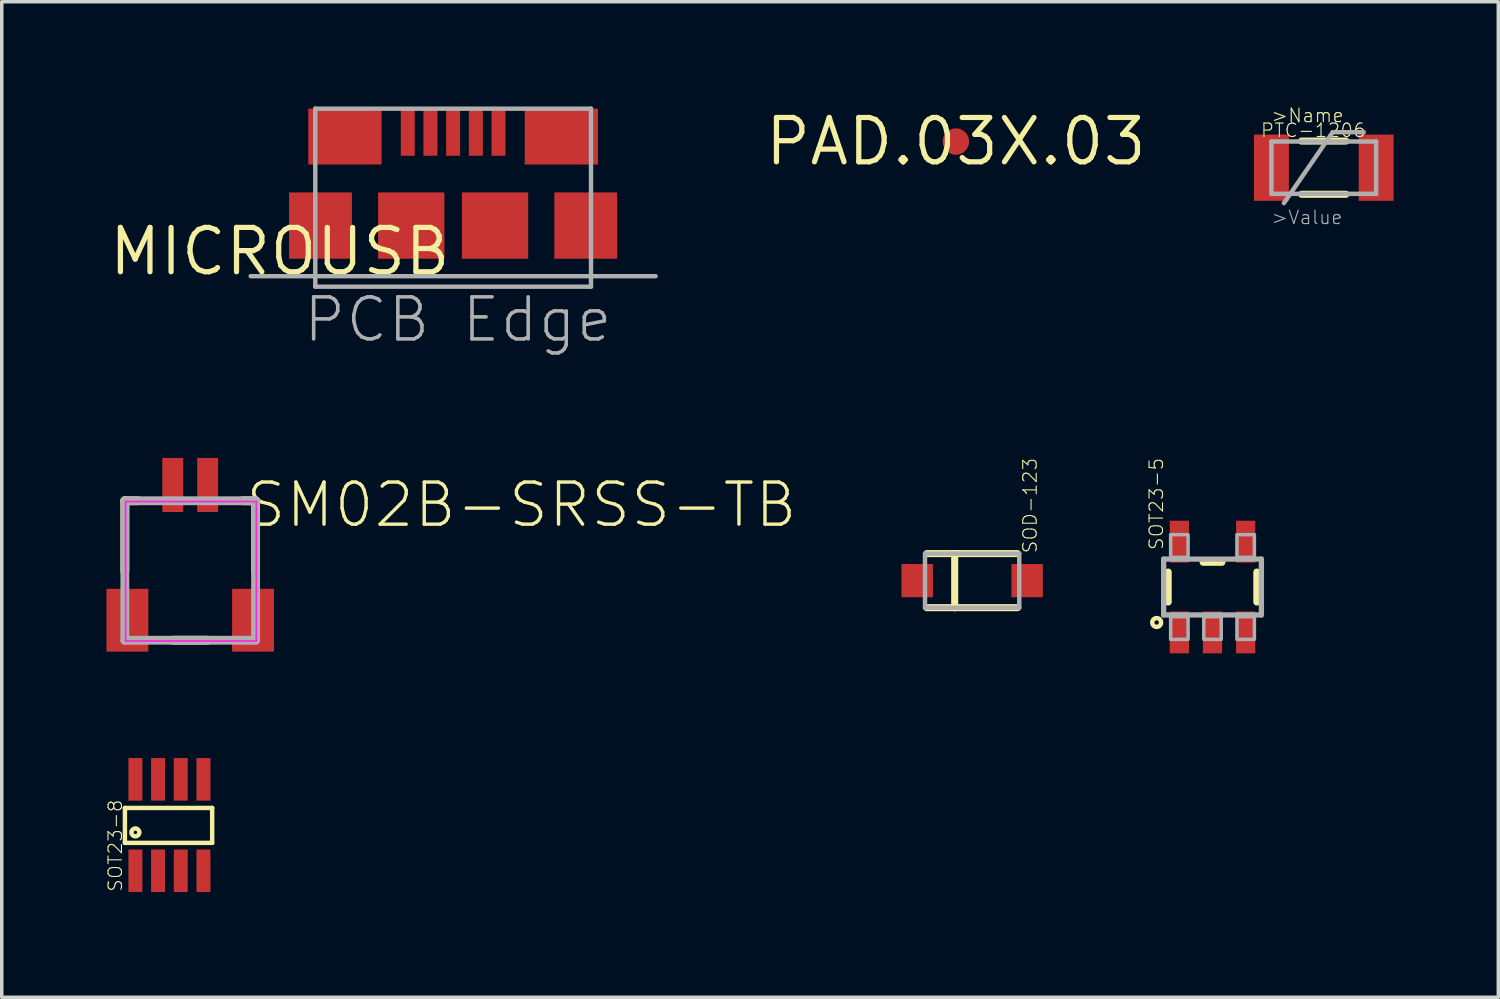
<source format=kicad_pcb>
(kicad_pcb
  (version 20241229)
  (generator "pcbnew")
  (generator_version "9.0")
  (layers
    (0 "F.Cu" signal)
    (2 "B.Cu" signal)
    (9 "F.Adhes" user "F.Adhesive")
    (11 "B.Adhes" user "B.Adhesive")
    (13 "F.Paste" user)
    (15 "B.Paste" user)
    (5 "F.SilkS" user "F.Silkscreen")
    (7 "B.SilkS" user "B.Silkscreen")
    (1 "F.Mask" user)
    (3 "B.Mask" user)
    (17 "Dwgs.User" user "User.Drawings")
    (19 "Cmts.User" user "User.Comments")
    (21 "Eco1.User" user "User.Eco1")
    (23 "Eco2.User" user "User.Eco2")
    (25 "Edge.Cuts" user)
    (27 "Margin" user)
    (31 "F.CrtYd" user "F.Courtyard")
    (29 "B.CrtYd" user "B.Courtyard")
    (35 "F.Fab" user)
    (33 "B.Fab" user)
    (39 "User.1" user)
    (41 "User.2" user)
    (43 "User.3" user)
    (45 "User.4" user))
  (footprint "SOT23-5"
    (layer "F.Cu")
    (at 31.69 13.769)
    (property "Reference" "SOT23-5" (at -1.384 -1.036 90) (layer "F.SilkS") (effects (font (size 0.386 0.386) (thickness 0.031)) (justify left bottom)))
    (attr through_hole)
    (fp_line (start -1.27 0.429) (end -1.27 -0.429) (stroke (width 0.203) (type solid)) (layer "F.SilkS"))
    (fp_line (start -0.268 -0.709) (end 0.268 -0.709) (stroke (width 0.203) (type solid)) (layer "F.SilkS"))
    (fp_line (start 1.27 -0.429) (end 1.27 0.429) (stroke (width 0.203) (type solid)) (layer "F.SilkS"))
    (fp_circle (center -1.6 1.016) (end -1.537 1.016) (stroke (width 0.127) (type solid)) (fill no) (layer "F.SilkS"))
    (fp_line (start -1.4 -0.8) (end -1.4 0.8) (stroke (width 0.152) (type solid)) (layer "F.Fab"))
    (fp_line (start -1.4 -0.8) (end 1.4 -0.8) (stroke (width 0.152) (type solid)) (layer "F.Fab"))
    (fp_line (start 1.4 -0.8) (end 1.4 0.8) (stroke (width 0.152) (type solid)) (layer "F.Fab"))
    (fp_line (start 1.4 0.8) (end -1.4 0.8) (stroke (width 0.152) (type solid)) (layer "F.Fab"))
    (fp_poly (pts (xy -1.2 -0.85) (xy -0.7 -0.85) (xy -0.7 -1.5) (xy -1.2 -1.5)) (stroke (width 0.1) (type solid)) (fill no) (layer "F.Fab"))
    (fp_poly (pts (xy -1.2 1.5) (xy -0.7 1.5) (xy -0.7 0.85) (xy -1.2 0.85)) (stroke (width 0.1) (type solid)) (fill no) (layer "F.Fab"))
    (fp_poly (pts (xy -0.25 1.5) (xy 0.25 1.5) (xy 0.25 0.85) (xy -0.25 0.85)) (stroke (width 0.1) (type solid)) (fill no) (layer "F.Fab"))
    (fp_poly (pts (xy 0.7 -0.85) (xy 1.2 -0.85) (xy 1.2 -1.5) (xy 0.7 -1.5)) (stroke (width 0.1) (type solid)) (fill no) (layer "F.Fab"))
    (fp_poly (pts (xy 0.7 1.5) (xy 1.2 1.5) (xy 1.2 0.85) (xy 0.7 0.85)) (stroke (width 0.1) (type solid)) (fill no) (layer "F.Fab"))
    (pad "1" smd rect (at -0.95 1.3) (size 0.55 1.2) (layers "F.Cu" "F.Mask" "F.Paste"))
    (pad "2" smd rect (at 0 1.3) (size 0.55 1.2) (layers "F.Cu" "F.Mask" "F.Paste"))
    (pad "3" smd rect (at 0.95 1.3) (size 0.55 1.2) (layers "F.Cu" "F.Mask" "F.Paste"))
    (pad "4" smd rect (at 0.95 -1.3) (size 0.55 1.2) (layers "F.Cu" "F.Mask" "F.Paste"))
    (pad "5" smd rect (at -0.95 -1.3) (size 0.55 1.2) (layers "F.Cu" "F.Mask" "F.Paste")))
  (footprint "PTC-1206"
    (layer "F.Cu")
    (at 34.878 1.754)
    (property "Reference" "PTC-1206" (at -0.299 -1.07 0) (layer "F.SilkS") (effects (font (size 0.386 0.386) (thickness 0.031))))
    (attr through_hole)
    (fp_line (start -0.635 -0.762) (end 0.635 -0.762) (stroke (width 0.203) (type solid)) (layer "F.SilkS"))
    (fp_line (start 0.635 0.762) (end -0.635 0.762) (stroke (width 0.203) (type solid)) (layer "F.SilkS"))
    (fp_line (start -1.5 -0.75) (end 1.5 -0.75) (stroke (width 0.127) (type solid)) (layer "F.Fab"))
    (fp_line (start -1.5 0.75) (end -1.5 -0.75) (stroke (width 0.127) (type solid)) (layer "F.Fab"))
    (fp_line (start -1.143 1.016) (end 0.254 -1.016) (stroke (width 0.127) (type solid)) (layer "F.Fab"))
    (fp_line (start 0.254 -1.016) (end 1.143 -1.016) (stroke (width 0.127) (type solid)) (layer "F.Fab"))
    (fp_line (start 1.5 -0.75) (end 1.5 0.75) (stroke (width 0.127) (type solid)) (layer "F.Fab"))
    (fp_line (start 1.5 0.75) (end -1.5 0.75) (stroke (width 0.127) (type solid)) (layer "F.Fab"))
    (fp_text user ">Name" (at -1.524 -1.27 0) (layer "F.SilkS") (effects (font (size 0.386 0.386) (thickness 0.033)) (justify left bottom)))
    (fp_text user ">Value" (at -1.524 1.651 0) (layer "F.Fab") (effects (font (size 0.386 0.386) (thickness 0.033)) (justify left bottom)))
    (pad "1" smd rect (at -1.5 0) (size 1 1.9) (layers "F.Cu" "F.Mask" "F.Paste"))
    (pad "2" smd rect (at 1.5 0) (size 1 1.9) (layers "F.Cu" "F.Mask" "F.Paste")))
  (footprint "SM02B-SRSS-TB"
    (layer "F.Cu")
    (at 2.4 13.82)
    (property "Reference" "SM02B-SRSS-TB" (at 1.53 -1.7 180) (layer "F.SilkS") (effects (font (size 1.206 1.206) (thickness 0.097)) (justify left bottom)))
    (attr through_hole)
    (fp_line (start -1.873 -2.523) (end -1.5 -2.523) (stroke (width 0.254) (type solid)) (layer "F.SilkS"))
    (fp_line (start -1.873 -0.5) (end -1.873 -2.523) (stroke (width 0.254) (type solid)) (layer "F.SilkS"))
    (fp_line (start -0.5 1.473) (end 0.5 1.473) (stroke (width 0.254) (type solid)) (layer "F.SilkS"))
    (fp_line (start 1.873 -2.523) (end 1.5 -2.523) (stroke (width 0.254) (type solid)) (layer "F.SilkS"))
    (fp_line (start 1.873 -0.5) (end 1.873 -2.523) (stroke (width 0.254) (type solid)) (layer "F.SilkS"))
    (fp_line (start -1.85 -2.5) (end 1.896 -2.5) (stroke (width 0.05) (type solid)) (layer "F.CrtYd"))
    (fp_line (start -1.85 1.496) (end -1.85 -2.5) (stroke (width 0.05) (type solid)) (layer "F.CrtYd"))
    (fp_line (start 1.896 -2.5) (end 1.896 1.496) (stroke (width 0.05) (type solid)) (layer "F.CrtYd"))
    (fp_line (start 1.896 1.496) (end -1.85 1.496) (stroke (width 0.05) (type solid)) (layer "F.CrtYd"))
    (fp_line (start -1.873 -2.523) (end 1.873 -2.523) (stroke (width 0.254) (type solid)) (layer "F.Fab"))
    (fp_line (start -1.873 1.473) (end -1.873 -2.523) (stroke (width 0.254) (type solid)) (layer "F.Fab"))
    (fp_line (start 1.873 -2.523) (end 1.873 1.473) (stroke (width 0.254) (type solid)) (layer "F.Fab"))
    (fp_line (start 1.873 1.473) (end -1.873 1.473) (stroke (width 0.254) (type solid)) (layer "F.Fab"))
    (pad "1" smd rect (at -0.5 -2.975) (size 0.6 1.55) (layers "F.Cu" "F.Mask" "F.Paste"))
    (pad "2" smd rect (at 0.5 -2.975) (size 0.6 1.55) (layers "F.Cu" "F.Mask" "F.Paste"))
    (pad "FIT@1" smd rect (at -1.8 0.9) (size 1.2 1.8) (layers "F.Cu" "F.Mask" "F.Paste"))
    (pad "FIT@2" smd rect (at 1.8 0.9) (size 1.2 1.8) (layers "F.Cu" "F.Mask" "F.Paste")))
  (footprint "SOT23-8"
    (layer "F.Cu")
    (at 0.829 21.899)
    (property "Reference" "SOT23-8" (at -0.35 0.625 90) (layer "F.SilkS") (effects (font (size 0.386 0.386) (thickness 0.031)) (justify left bottom)))
    (attr through_hole)
    (fp_line (start -0.3 -1.8) (end 2.2 -1.8) (stroke (width 0.127) (type solid)) (layer "F.SilkS"))
    (fp_line (start -0.3 -0.8) (end -0.3 -1.8) (stroke (width 0.127) (type solid)) (layer "F.SilkS"))
    (fp_line (start 2.2 -1.8) (end 2.2 -0.8) (stroke (width 0.127) (type solid)) (layer "F.SilkS"))
    (fp_line (start 2.2 -0.8) (end -0.3 -0.8) (stroke (width 0.127) (type solid)) (layer "F.SilkS"))
    (fp_circle (center 0 -1.1) (end 0.05 -1.1) (stroke (width 0.127) (type solid)) (fill no) (layer "F.SilkS"))
    (pad "1" smd rect (at 0 0 90) (size 1.22 0.4) (layers "F.Cu" "F.Mask" "F.Paste"))
    (pad "2" smd rect (at 0.65 0 90) (size 1.22 0.4) (layers "F.Cu" "F.Mask" "F.Paste"))
    (pad "3" smd rect (at 1.3 0 90) (size 1.22 0.4) (layers "F.Cu" "F.Mask" "F.Paste"))
    (pad "4" smd rect (at 1.95 0 90) (size 1.22 0.4) (layers "F.Cu" "F.Mask" "F.Paste"))
    (pad "5" smd rect (at 1.95 -2.62 90) (size 1.22 0.4) (layers "F.Cu" "F.Mask" "F.Paste"))
    (pad "6" smd rect (at 1.3 -2.62 90) (size 1.22 0.4) (layers "F.Cu" "F.Mask" "F.Paste"))
    (pad "7" smd rect (at 0.65 -2.62 90) (size 1.22 0.4) (layers "F.Cu" "F.Mask" "F.Paste"))
    (pad "8" smd rect (at 0 -2.62 90) (size 1.22 0.4) (layers "F.Cu" "F.Mask" "F.Paste")))
  (footprint "SOD-123"
    (layer "F.Cu")
    (at 24.803 13.586)
    (property "Reference" "SOD-123" (at 1.884 -0.761 90) (layer "F.SilkS") (effects (font (size 0.386 0.386) (thickness 0.031)) (justify left bottom)))
    (attr through_hole)
    (fp_line (start -1.3 -0.775) (end -0.5 -0.775) (stroke (width 0.203) (type solid)) (layer "F.SilkS"))
    (fp_line (start -1.3 0.775) (end -0.5 0.775) (stroke (width 0.203) (type solid)) (layer "F.SilkS"))
    (fp_line (start -0.5 -0.775) (end -0.5 0.775) (stroke (width 0.203) (type solid)) (layer "F.SilkS"))
    (fp_line (start -0.5 -0.775) (end 1.3 -0.775) (stroke (width 0.203) (type solid)) (layer "F.SilkS"))
    (fp_line (start -0.5 0.775) (end 1.3 0.775) (stroke (width 0.203) (type solid)) (layer "F.SilkS"))
    (fp_line (start -1.35 -0.775) (end 1.35 -0.775) (stroke (width 0.127) (type solid)) (layer "F.Fab"))
    (fp_line (start -1.35 0.775) (end -1.35 -0.775) (stroke (width 0.127) (type solid)) (layer "F.Fab"))
    (fp_line (start 1.35 -0.775) (end 1.35 0.775) (stroke (width 0.127) (type solid)) (layer "F.Fab"))
    (fp_line (start 1.35 0.775) (end -1.35 0.775) (stroke (width 0.127) (type solid)) (layer "F.Fab"))
    (pad "A" smd rect (at 1.575 0) (size 0.9 0.95) (layers "F.Cu" "F.Mask" "F.Paste"))
    (pad "C" smd rect (at -1.575 0) (size 0.9 0.95) (layers "F.Cu" "F.Mask" "F.Paste")))
  (footprint "PAD.03X.03"
    (layer "F.Cu")
    (at 24.337 1.006)
    (property "Reference" "PAD.03X.03" (at 0 0 0) (layer "F.SilkS") (effects (font (size 1.27 1.27) (thickness 0.15))))
    (attr through_hole)
    (pad "P$1" smd roundrect (at 0 0) (size 0.762 0.762) (layers "F.Cu" "F.Mask") (roundrect_rratio 0.5)))
  (footprint "MICROUSB"
    (layer "F.Cu")
    (at 9.933 3.413)
    (property "Reference" "MICROUSB" (at 0 0 0) (layer "F.SilkS") (effects (font (size 1.27 1.27) (thickness 0.15)) (justify right top)))
    (attr through_hole)
    (fp_line (start -5.8 1.45) (end 5.8 1.45) (stroke (width 0.127) (type solid)) (layer "F.Fab"))
    (fp_line (start -3.95 -3.35) (end 3.95 -3.35) (stroke (width 0.127) (type solid)) (layer "F.Fab"))
    (fp_line (start -3.95 1.75) (end -3.95 -3.35) (stroke (width 0.127) (type solid)) (layer "F.Fab"))
    (fp_line (start 3.95 -3.35) (end 3.95 1.75) (stroke (width 0.127) (type solid)) (layer "F.Fab"))
    (fp_line (start 3.95 1.75) (end -3.95 1.75) (stroke (width 0.127) (type solid)) (layer "F.Fab"))
    (fp_text user "PCB Edge" (at -4.35 3.4 0) (layer "F.Fab") (effects (font (size 1.206 1.206) (thickness 0.102)) (justify left bottom)))
    (pad "1" smd rect (at -1.3 -2.675) (size 0.4 1.35) (layers "F.Cu" "F.Mask" "F.Paste"))
    (pad "2" smd rect (at -0.65 -2.675) (size 0.4 1.35) (layers "F.Cu" "F.Mask" "F.Paste"))
    (pad "3" smd rect (at 0 -2.675) (size 0.4 1.35) (layers "F.Cu" "F.Mask" "F.Paste"))
    (pad "4" smd rect (at 0.65 -2.675) (size 0.4 1.35) (layers "F.Cu" "F.Mask" "F.Paste"))
    (pad "5" smd rect (at 1.3 -2.675) (size 0.4 1.35) (layers "F.Cu" "F.Mask" "F.Paste"))
    (pad "6" smd rect (at -3.1 -2.55) (size 2.1 1.6) (layers "F.Cu" "F.Mask" "F.Paste"))
    (pad "7" smd rect (at 3.1 -2.55) (size 2.1 1.6) (layers "F.Cu" "F.Mask" "F.Paste"))
    (pad "8" smd rect (at -3.8 0) (size 1.8 1.9) (layers "F.Cu" "F.Mask" "F.Paste"))
    (pad "9" smd rect (at -1.2 0) (size 1.9 1.9) (layers "F.Cu" "F.Mask" "F.Paste"))
    (pad "10" smd rect (at 1.2 0) (size 1.9 1.9) (layers "F.Cu" "F.Mask" "F.Paste"))
    (pad "11" smd rect (at 3.8 0) (size 1.8 1.9) (layers "F.Cu" "F.Mask" "F.Paste")))
  (gr_rect
    (start -3 -3)
    (end 39.878 25.524)
    (stroke (width 0.1) (type default))
    (fill no)
    (layer "Edge.Cuts")))
</source>
